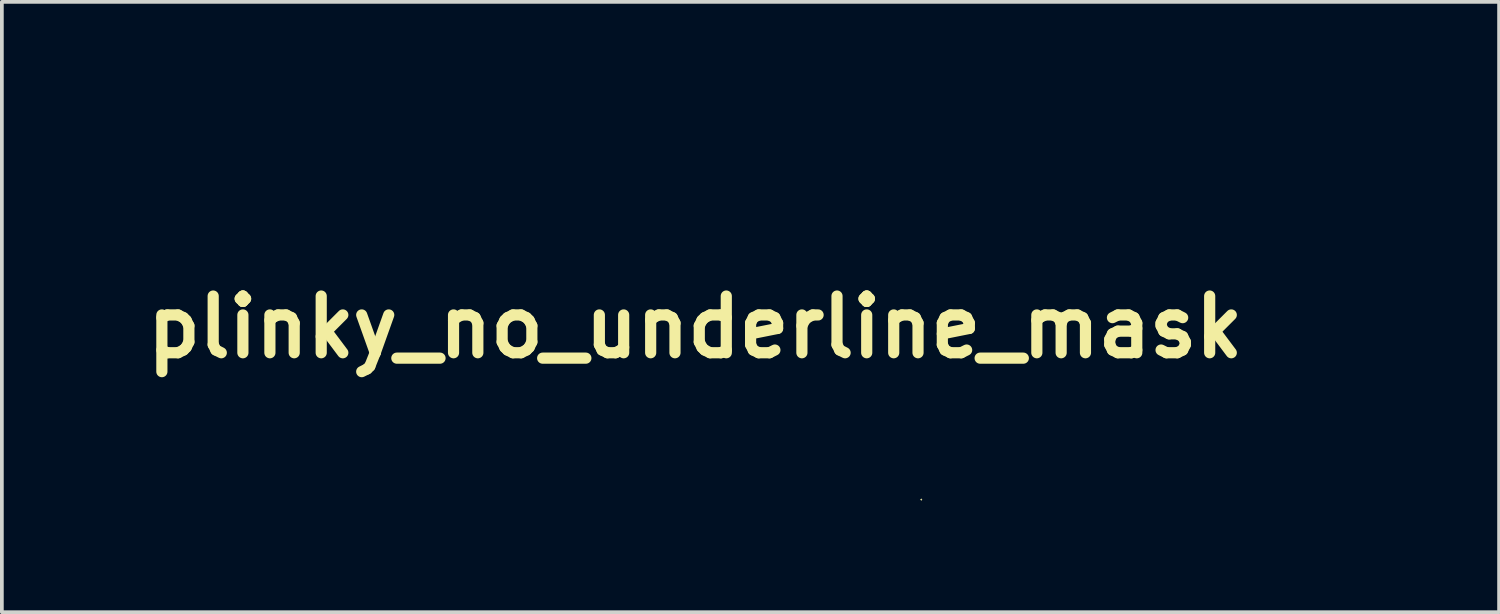
<source format=kicad_pcb>
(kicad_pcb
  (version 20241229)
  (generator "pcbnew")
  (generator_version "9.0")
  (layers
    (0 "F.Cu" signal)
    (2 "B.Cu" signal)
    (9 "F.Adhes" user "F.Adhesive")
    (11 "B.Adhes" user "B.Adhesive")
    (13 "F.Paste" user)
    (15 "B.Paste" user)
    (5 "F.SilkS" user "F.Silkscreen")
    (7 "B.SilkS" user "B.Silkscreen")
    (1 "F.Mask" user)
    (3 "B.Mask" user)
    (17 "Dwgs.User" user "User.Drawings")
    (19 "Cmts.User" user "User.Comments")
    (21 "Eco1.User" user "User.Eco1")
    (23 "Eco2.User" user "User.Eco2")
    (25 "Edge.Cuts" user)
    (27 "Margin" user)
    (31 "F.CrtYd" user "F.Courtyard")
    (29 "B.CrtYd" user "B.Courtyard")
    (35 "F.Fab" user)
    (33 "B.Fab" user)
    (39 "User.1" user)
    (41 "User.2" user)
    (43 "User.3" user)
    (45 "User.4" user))
  (footprint "plinky_no_underline_mask"
    (layer "F.Cu")
    (at 15.633 5.74)
    (property "Reference" "plinky_no_underline_mask" (at 0 0 0) (layer "F.SilkS") (effects (font (size 1.524 1.524) (thickness 0.3))))
    (attr through_hole)
    (fp_poly (pts (xy -2.068 -2.427) (xy -1.885 -2.395) (xy -1.717 -2.348) (xy -1.585 -2.29) (xy -1.511 -2.227) (xy -1.507 -2.217) (xy -1.509 -2.115) (xy -1.577 -2.002) (xy -1.661 -1.928) (xy -1.784 -1.882) (xy -1.953 -1.869) (xy -2.136 -1.891) (xy -2.223 -1.915) (xy -2.4 -1.983) (xy -2.507 -2.042) (xy -2.557 -2.1) (xy -2.559 -2.104) (xy -2.556 -2.193) (xy -2.509 -2.3) (xy -2.437 -2.39) (xy -2.383 -2.422) (xy -2.241 -2.438) (xy -2.068 -2.427)) (stroke (width 0.01) (type solid)) (fill yes) (layer "F.Mask"))
    (fp_poly (pts (xy -5.477 -5.319) (xy -5.343 -5.283) (xy -5.23 -5.234) (xy -5.165 -5.182) (xy -5.159 -5.167) (xy -5.153 -5.122) (xy -5.14 -5.069) (xy -5.113 -4.98) (xy -5.082 -4.88) (xy -5.05 -4.759) (xy -5.052 -4.684) (xy -5.081 -4.635) (xy -5.206 -4.536) (xy -5.347 -4.516) (xy -5.355 -4.518) (xy -5.506 -4.55) (xy -5.6 -4.589) (xy -5.664 -4.653) (xy -5.72 -4.751) (xy -5.808 -4.94) (xy -5.849 -5.077) (xy -5.846 -5.179) (xy -5.814 -5.246) (xy -5.72 -5.317) (xy -5.605 -5.334) (xy -5.477 -5.319)) (stroke (width 0.01) (type solid)) (fill yes) (layer "F.Mask"))
    (fp_poly (pts (xy -2.746 -0.863) (xy -2.553 -0.796) (xy -2.371 -0.701) (xy -2.221 -0.588) (xy -2.124 -0.471) (xy -2.104 -0.422) (xy -2.116 -0.315) (xy -2.193 -0.214) (xy -2.319 -0.136) (xy -2.437 -0.102) (xy -2.533 -0.093) (xy -2.61 -0.107) (xy -2.694 -0.156) (xy -2.809 -0.248) (xy -2.836 -0.271) (xy -2.952 -0.367) (xy -3.043 -0.437) (xy -3.09 -0.466) (xy -3.092 -0.466) (xy -3.127 -0.5) (xy -3.166 -0.569) (xy -3.178 -0.683) (xy -3.125 -0.791) (xy -3.027 -0.867) (xy -2.929 -0.888) (xy -2.746 -0.863)) (stroke (width 0.01) (type solid)) (fill yes) (layer "F.Mask"))
    (fp_poly (pts (xy -1.725 -4.687) (xy -1.62 -4.638) (xy -1.569 -4.551) (xy -1.566 -4.523) (xy -1.598 -4.446) (xy -1.682 -4.335) (xy -1.803 -4.206) (xy -1.944 -4.073) (xy -2.088 -3.953) (xy -2.22 -3.86) (xy -2.322 -3.811) (xy -2.455 -3.778) (xy -2.536 -3.772) (xy -2.593 -3.791) (xy -2.608 -3.8) (xy -2.691 -3.891) (xy -2.725 -4.002) (xy -2.701 -4.099) (xy -2.624 -4.185) (xy -2.499 -4.302) (xy -2.347 -4.434) (xy -2.186 -4.562) (xy -2.155 -4.586) (xy -2.011 -4.663) (xy -1.861 -4.696) (xy -1.725 -4.687)) (stroke (width 0.01) (type solid)) (fill yes) (layer "F.Mask"))
    (fp_poly (pts (xy -6.641 -4.239) (xy -6.56 -4.206) (xy -6.51 -4.174) (xy -6.411 -4.082) (xy -6.308 -3.945) (xy -6.217 -3.792) (xy -6.157 -3.651) (xy -6.141 -3.576) (xy -6.172 -3.436) (xy -6.269 -3.343) (xy -6.427 -3.303) (xy -6.462 -3.302) (xy -6.6 -3.313) (xy -6.7 -3.36) (xy -6.788 -3.442) (xy -6.888 -3.549) (xy -6.973 -3.647) (xy -6.991 -3.67) (xy -7.068 -3.752) (xy -7.123 -3.795) (xy -7.188 -3.875) (xy -7.215 -3.991) (xy -7.197 -4.1) (xy -7.185 -4.119) (xy -7.114 -4.165) (xy -6.986 -4.206) (xy -6.887 -4.226) (xy -6.739 -4.244) (xy -6.641 -4.239)) (stroke (width 0.01) (type solid)) (fill yes) (layer "F.Mask"))
    (fp_poly (pts (xy -5.845 -1.194) (xy -5.726 -1.124) (xy -5.699 -1.09) (xy -5.679 -1.032) (xy -5.694 -0.964) (xy -5.751 -0.875) (xy -5.858 -0.756) (xy -6.021 -0.594) (xy -6.065 -0.553) (xy -6.205 -0.424) (xy -6.307 -0.342) (xy -6.394 -0.296) (xy -6.485 -0.273) (xy -6.573 -0.264) (xy -6.716 -0.259) (xy -6.805 -0.277) (xy -6.868 -0.326) (xy -6.869 -0.327) (xy -6.929 -0.42) (xy -6.929 -0.513) (xy -6.866 -0.621) (xy -6.736 -0.758) (xy -6.576 -0.907) (xy -6.457 -1.01) (xy -6.361 -1.08) (xy -6.27 -1.13) (xy -6.177 -1.171) (xy -6.003 -1.211) (xy -5.845 -1.194)) (stroke (width 0.01) (type solid)) (fill yes) (layer "F.Mask"))
    (fp_poly (pts (xy -3.586 -5.718) (xy -3.51 -5.677) (xy -3.478 -5.609) (xy -3.471 -5.505) (xy -3.495 -5.378) (xy -3.555 -5.224) (xy -3.639 -5.068) (xy -3.732 -4.935) (xy -3.82 -4.849) (xy -3.845 -4.837) (xy -3.938 -4.782) (xy -3.972 -4.754) (xy -4.074 -4.705) (xy -4.198 -4.712) (xy -4.293 -4.765) (xy -4.333 -4.817) (xy -4.334 -4.877) (xy -4.298 -4.978) (xy -4.294 -4.987) (xy -4.235 -5.113) (xy -4.175 -5.217) (xy -4.167 -5.228) (xy -4.106 -5.315) (xy -4.026 -5.436) (xy -3.991 -5.49) (xy -3.873 -5.646) (xy -3.762 -5.725) (xy -3.645 -5.735) (xy -3.586 -5.718)) (stroke (width 0.01) (type solid)) (fill yes) (layer "F.Mask"))
    (fp_poly (pts (xy -6.602 -2.264) (xy -6.49 -2.211) (xy -6.411 -2.143) (xy -6.392 -2.095) (xy -6.423 -2.037) (xy -6.498 -1.953) (xy -6.592 -1.867) (xy -6.681 -1.801) (xy -6.735 -1.778) (xy -6.79 -1.754) (xy -6.887 -1.692) (xy -6.972 -1.63) (xy -7.103 -1.54) (xy -7.215 -1.496) (xy -7.351 -1.482) (xy -7.392 -1.482) (xy -7.525 -1.485) (xy -7.597 -1.503) (xy -7.632 -1.546) (xy -7.646 -1.591) (xy -7.642 -1.718) (xy -7.589 -1.813) (xy -7.505 -1.893) (xy -7.366 -1.989) (xy -7.198 -2.089) (xy -7.023 -2.179) (xy -6.863 -2.248) (xy -6.743 -2.283) (xy -6.719 -2.285) (xy -6.602 -2.264)) (stroke (width 0.01) (type solid)) (fill yes) (layer "F.Mask"))
    (fp_poly (pts (xy -4.8 0.204) (xy -4.677 0.263) (xy -4.593 0.357) (xy -4.572 0.443) (xy -4.559 0.533) (xy -4.527 0.664) (xy -4.504 0.741) (xy -4.461 0.91) (xy -4.432 1.084) (xy -4.426 1.143) (xy -4.417 1.275) (xy -4.402 1.458) (xy -4.384 1.657) (xy -4.378 1.714) (xy -4.354 2.033) (xy -4.345 2.335) (xy -4.35 2.605) (xy -4.368 2.828) (xy -4.4 2.989) (xy -4.42 3.042) (xy -4.468 3.13) (xy -4.497 3.174) (xy -4.499 3.175) (xy -4.541 3.187) (xy -4.638 3.215) (xy -4.699 3.233) (xy -4.864 3.266) (xy -4.984 3.256) (xy -4.985 3.256) (xy -5.059 3.216) (xy -5.082 3.187) (xy -5.083 3.137) (xy -5.085 3.014) (xy -5.088 2.831) (xy -5.091 2.6) (xy -5.095 2.332) (xy -5.097 2.138) (xy -5.103 1.824) (xy -5.11 1.512) (xy -5.119 1.221) (xy -5.129 0.969) (xy -5.139 0.775) (xy -5.143 0.714) (xy -5.176 0.306) (xy -5.065 0.233) (xy -4.938 0.19) (xy -4.8 0.204)) (stroke (width 0.01) (type solid)) (fill yes) (layer "F.Mask"))
    (fp_poly (pts (xy -4.212 -3.458) (xy -4.001 -3.389) (xy -3.786 -3.258) (xy -3.59 -3.085) (xy -3.435 -2.889) (xy -3.358 -2.733) (xy -3.334 -2.616) (xy -3.319 -2.451) (xy -3.317 -2.278) (xy -3.356 -1.953) (xy -3.456 -1.688) (xy -3.616 -1.481) (xy -3.692 -1.418) (xy -3.931 -1.251) (xy -4.129 -1.136) (xy -4.302 -1.067) (xy -4.47 -1.039) (xy -4.652 -1.043) (xy -4.763 -1.058) (xy -4.948 -1.105) (xy -5.132 -1.183) (xy -5.295 -1.28) (xy -5.416 -1.384) (xy -5.476 -1.482) (xy -5.477 -1.487) (xy -5.528 -1.883) (xy -5.521 -2.234) (xy -4.898 -2.234) (xy -4.86 -2.125) (xy -4.834 -2.086) (xy -4.766 -1.963) (xy -4.71 -1.82) (xy -4.706 -1.805) (xy -4.639 -1.636) (xy -4.554 -1.535) (xy -4.458 -1.509) (xy -4.444 -1.512) (xy -4.371 -1.554) (xy -4.271 -1.639) (xy -4.195 -1.715) (xy -4.055 -1.924) (xy -3.987 -2.156) (xy -3.988 -2.394) (xy -4.058 -2.622) (xy -4.193 -2.822) (xy -4.341 -2.947) (xy -4.415 -2.987) (xy -4.477 -2.981) (xy -4.564 -2.926) (xy -4.568 -2.924) (xy -4.662 -2.838) (xy -4.721 -2.749) (xy -4.723 -2.742) (xy -4.771 -2.643) (xy -4.807 -2.596) (xy -4.848 -2.521) (xy -4.883 -2.403) (xy -4.889 -2.372) (xy -4.898 -2.234) (xy -5.521 -2.234) (xy -5.521 -2.255) (xy -5.459 -2.593) (xy -5.346 -2.89) (xy -5.183 -3.135) (xy -4.975 -3.321) (xy -4.818 -3.405) (xy -4.637 -3.453) (xy -4.418 -3.472) (xy -4.212 -3.458)) (stroke (width 0.01) (type solid)) (fill yes) (layer "F.Mask"))
    (fp_poly (pts (xy -9.112 -2.777) (xy -9.044 -2.735) (xy -9.022 -2.714) (xy -8.953 -2.602) (xy -8.953 -2.529) (xy -8.972 -2.388) (xy -8.981 -2.179) (xy -8.982 -1.919) (xy -8.974 -1.622) (xy -8.957 -1.305) (xy -8.953 -1.249) (xy -8.938 -1.03) (xy -8.927 -0.831) (xy -8.919 -0.673) (xy -8.917 -0.576) (xy -8.917 -0.572) (xy -8.927 -0.247) (xy -8.939 0.073) (xy -8.952 0.377) (xy -8.965 0.654) (xy -8.978 0.893) (xy -8.99 1.083) (xy -9.001 1.212) (xy -9.01 1.268) (xy -9.011 1.27) (xy -9.025 1.319) (xy -9.037 1.432) (xy -9.045 1.585) (xy -9.047 1.63) (xy -9.052 1.813) (xy -9.058 2.049) (xy -9.064 2.302) (xy -9.07 2.498) (xy -9.072 2.721) (xy -9.066 2.933) (xy -9.055 3.108) (xy -9.039 3.217) (xy -9.002 3.336) (xy -8.945 3.485) (xy -8.876 3.646) (xy -8.805 3.799) (xy -8.739 3.925) (xy -8.689 4.004) (xy -8.668 4.021) (xy -8.637 3.985) (xy -8.583 3.89) (xy -8.515 3.752) (xy -8.488 3.694) (xy -8.415 3.535) (xy -8.35 3.401) (xy -8.306 3.315) (xy -8.298 3.302) (xy -8.252 3.222) (xy -8.193 3.111) (xy -8.187 3.099) (xy -8.077 2.943) (xy -7.933 2.859) (xy -7.764 2.836) (xy -7.606 2.864) (xy -7.513 2.944) (xy -7.489 3.07) (xy -7.506 3.154) (xy -7.572 3.333) (xy -7.666 3.541) (xy -7.777 3.76) (xy -7.896 3.971) (xy -8.012 4.155) (xy -8.114 4.293) (xy -8.177 4.357) (xy -8.342 4.458) (xy -8.547 4.543) (xy -8.766 4.606) (xy -8.978 4.64) (xy -9.157 4.641) (xy -9.25 4.618) (xy -9.346 4.556) (xy -9.403 4.503) (xy -9.452 4.434) (xy -9.521 4.322) (xy -9.6 4.186) (xy -9.678 4.045) (xy -9.745 3.916) (xy -9.791 3.818) (xy -9.807 3.77) (xy -9.805 3.768) (xy -9.8 3.734) (xy -9.82 3.666) (xy -9.862 3.503) (xy -9.895 3.275) (xy -9.916 2.999) (xy -9.926 2.695) (xy -9.922 2.38) (xy -9.916 2.265) (xy -9.864 2.265) (xy -9.83 2.321) (xy -9.8 2.328) (xy -9.744 2.294) (xy -9.737 2.265) (xy -9.771 2.209) (xy -9.8 2.201) (xy -9.856 2.235) (xy -9.864 2.265) (xy -9.916 2.265) (xy -9.909 2.129) (xy -9.882 1.733) (xy -9.858 1.31) (xy -9.838 0.883) (xy -9.823 0.471) (xy -9.813 0.096) (xy -9.81 -0.221) (xy -9.81 -0.296) (xy -9.812 -0.54) (xy -9.814 -0.823) (xy -9.816 -1.101) (xy -9.817 -1.228) (xy -9.815 -1.457) (xy -9.806 -1.687) (xy -9.791 -1.887) (xy -9.78 -1.99) (xy -9.757 -2.166) (xy -9.742 -2.338) (xy -9.738 -2.438) (xy -9.715 -2.589) (xy -9.642 -2.691) (xy -9.507 -2.753) (xy -9.344 -2.781) (xy -9.201 -2.79) (xy -9.112 -2.777)) (stroke (width 0.01) (type solid)) (fill yes) (layer "F.Mask"))
    (fp_poly (pts (xy 2.829 -1.413) (xy 3.15 -1.297) (xy 3.364 -1.162) (xy 3.422 -1.114) (xy 3.476 -1.057) (xy 3.53 -0.98) (xy 3.592 -0.872) (xy 3.669 -0.721) (xy 3.766 -0.516) (xy 3.891 -0.246) (xy 3.897 -0.233) (xy 3.933 -0.123) (xy 3.972 0.047) (xy 4.009 0.253) (xy 4.036 0.445) (xy 4.067 0.678) (xy 4.104 0.914) (xy 4.141 1.122) (xy 4.166 1.242) (xy 4.203 1.42) (xy 4.211 1.531) (xy 4.19 1.589) (xy 4.138 1.608) (xy 4.125 1.609) (xy 4.07 1.635) (xy 4.064 1.656) (xy 4.097 1.686) (xy 4.143 1.683) (xy 4.196 1.685) (xy 4.234 1.738) (xy 4.271 1.857) (xy 4.271 1.858) (xy 4.3 2.006) (xy 4.325 2.194) (xy 4.339 2.349) (xy 4.352 2.524) (xy 4.369 2.747) (xy 4.39 2.982) (xy 4.401 3.104) (xy 4.418 3.314) (xy 4.425 3.458) (xy 4.419 3.555) (xy 4.4 3.622) (xy 4.378 3.662) (xy 4.234 3.81) (xy 4.033 3.899) (xy 3.903 3.923) (xy 3.782 3.931) (xy 3.693 3.917) (xy 3.63 3.87) (xy 3.588 3.779) (xy 3.562 3.633) (xy 3.546 3.422) (xy 3.537 3.193) (xy 3.526 2.915) (xy 3.513 2.637) (xy 3.498 2.377) (xy 3.483 2.15) (xy 3.469 1.974) (xy 3.456 1.864) (xy 3.454 1.857) (xy 3.434 1.771) (xy 3.393 1.614) (xy 3.333 1.396) (xy 3.303 1.291) (xy 3.279 1.178) (xy 3.254 1.021) (xy 3.241 0.91) (xy 3.205 0.638) (xy 3.153 0.401) (xy 3.076 0.166) (xy 2.964 -0.098) (xy 2.915 -0.203) (xy 2.803 -0.434) (xy 2.751 -0.529) (xy 3.429 -0.529) (xy 3.45 -0.508) (xy 3.471 -0.529) (xy 3.45 -0.55) (xy 3.429 -0.529) (xy 2.751 -0.529) (xy 2.713 -0.598) (xy 2.636 -0.707) (xy 2.561 -0.772) (xy 2.477 -0.805) (xy 2.375 -0.817) (xy 2.365 -0.817) (xy 2.232 -0.809) (xy 2.109 -0.766) (xy 1.968 -0.68) (xy 1.778 -0.528) (xy 1.595 -0.342) (xy 1.438 -0.144) (xy 1.326 0.044) (xy 1.29 0.133) (xy 1.254 0.228) (xy 1.227 0.275) (xy 1.197 0.341) (xy 1.153 0.468) (xy 1.103 0.633) (xy 1.052 0.815) (xy 1.007 0.992) (xy 0.975 1.142) (xy 0.972 1.158) (xy 0.932 1.312) (xy 0.877 1.446) (xy 0.818 1.539) (xy 0.772 1.568) (xy 0.718 1.592) (xy 0.656 1.633) (xy 0.63 1.655) (xy 0.609 1.681) (xy 0.592 1.722) (xy 0.58 1.788) (xy 0.571 1.887) (xy 0.565 2.031) (xy 0.56 2.229) (xy 0.555 2.49) (xy 0.551 2.824) (xy 0.55 2.879) (xy 0.544 3.18) (xy 0.534 3.41) (xy 0.517 3.581) (xy 0.493 3.706) (xy 0.457 3.798) (xy 0.41 3.868) (xy 0.394 3.887) (xy 0.279 3.976) (xy 0.128 4.05) (xy -0.03 4.098) (xy -0.164 4.109) (xy -0.206 4.1) (xy -0.279 4.033) (xy -0.295 3.911) (xy -0.256 3.751) (xy -0.237 3.652) (xy -0.26 3.616) (xy -0.275 3.57) (xy -0.284 3.452) (xy -0.289 3.258) (xy -0.289 2.987) (xy -0.283 2.634) (xy -0.28 2.482) (xy -0.268 1.991) (xy -0.256 1.53) (xy -0.244 1.107) (xy -0.231 0.73) (xy -0.219 0.406) (xy -0.208 0.142) (xy -0.197 -0.053) (xy -0.187 -0.174) (xy -0.185 -0.191) (xy -0.167 -0.32) (xy -0.147 -0.469) (xy -0.144 -0.487) (xy -0.105 -0.722) (xy -0.05 -0.888) (xy 0.032 -0.998) (xy 0.152 -1.067) (xy 0.323 -1.109) (xy 0.352 -1.114) (xy 0.538 -1.113) (xy 0.676 -1.049) (xy 0.756 -0.929) (xy 0.782 -0.841) (xy 0.785 -0.797) (xy 0.771 -0.75) (xy 0.75 -0.653) (xy 0.747 -0.635) (xy 0.72 -0.487) (xy 1.025 -0.776) (xy 1.289 -1.015) (xy 1.521 -1.192) (xy 1.737 -1.316) (xy 1.955 -1.396) (xy 2.192 -1.438) (xy 2.464 -1.451) (xy 2.477 -1.451) (xy 2.829 -1.413)) (stroke (width 0.01) (type solid)) (fill yes) (layer "F.Mask"))
    (fp_poly (pts (xy 14.415 -4.444) (xy 14.513 -4.369) (xy 14.777 -4.092) (xy 15.043 -3.808) (xy 15.303 -3.53) (xy 15.545 -3.267) (xy 15.76 -3.032) (xy 15.936 -2.835) (xy 16.064 -2.688) (xy 16.26 -2.461) (xy 16.41 -2.3) (xy 16.517 -2.2) (xy 16.583 -2.16) (xy 16.592 -2.159) (xy 16.633 -2.193) (xy 16.651 -2.233) (xy 16.698 -2.338) (xy 16.774 -2.478) (xy 16.859 -2.62) (xy 16.934 -2.728) (xy 16.951 -2.748) (xy 17.004 -2.819) (xy 17.018 -2.856) (xy 17.043 -2.906) (xy 17.106 -2.997) (xy 17.16 -3.065) (xy 17.26 -3.199) (xy 17.349 -3.336) (xy 17.377 -3.387) (xy 17.432 -3.487) (xy 17.474 -3.55) (xy 17.48 -3.556) (xy 17.517 -3.6) (xy 17.584 -3.693) (xy 17.664 -3.81) (xy 17.799 -4.007) (xy 17.902 -4.142) (xy 17.985 -4.227) (xy 18.06 -4.273) (xy 18.139 -4.29) (xy 18.201 -4.291) (xy 18.38 -4.259) (xy 18.513 -4.183) (xy 18.589 -4.073) (xy 18.596 -3.944) (xy 18.58 -3.895) (xy 18.55 -3.815) (xy 18.509 -3.696) (xy 18.499 -3.665) (xy 18.446 -3.536) (xy 18.382 -3.431) (xy 18.37 -3.417) (xy 18.313 -3.338) (xy 18.235 -3.211) (xy 18.154 -3.063) (xy 18.154 -3.062) (xy 18.073 -2.913) (xy 17.996 -2.787) (xy 17.94 -2.709) (xy 17.939 -2.708) (xy 17.882 -2.624) (xy 17.865 -2.565) (xy 17.842 -2.495) (xy 17.827 -2.479) (xy 17.795 -2.434) (xy 17.734 -2.328) (xy 17.655 -2.178) (xy 17.566 -2.001) (xy 17.476 -1.817) (xy 17.397 -1.657) (xy 17.338 -1.539) (xy 17.308 -1.482) (xy 17.243 -1.358) (xy 17.16 -1.195) (xy 17.068 -1.007) (xy 16.973 -0.81) (xy 16.884 -0.62) (xy 16.808 -0.453) (xy 16.752 -0.326) (xy 16.724 -0.253) (xy 16.722 -0.244) (xy 16.707 -0.185) (xy 16.666 -0.065) (xy 16.606 0.101) (xy 16.533 0.297) (xy 16.453 0.505) (xy 16.373 0.71) (xy 16.298 0.895) (xy 16.234 1.043) (xy 16.218 1.079) (xy 16.122 1.291) (xy 16.05 1.452) (xy 15.993 1.586) (xy 15.939 1.72) (xy 15.916 1.778) (xy 15.861 1.909) (xy 15.781 2.09) (xy 15.688 2.297) (xy 15.591 2.508) (xy 15.501 2.698) (xy 15.43 2.844) (xy 15.406 2.889) (xy 15.373 2.98) (xy 15.367 3.021) (xy 15.342 3.093) (xy 15.283 3.185) (xy 15.282 3.187) (xy 15.222 3.283) (xy 15.198 3.364) (xy 15.18 3.438) (xy 15.134 3.558) (xy 15.082 3.671) (xy 14.951 3.869) (xy 14.785 3.995) (xy 14.577 4.052) (xy 14.321 4.042) (xy 14.266 4.033) (xy 14.124 3.977) (xy 14.051 3.874) (xy 14.049 3.723) (xy 14.086 3.598) (xy 14.112 3.53) (xy 14.118 3.514) (xy 14.228 3.238) (xy 14.348 3.015) (xy 14.354 3.006) (xy 14.416 2.885) (xy 14.451 2.787) (xy 14.477 2.713) (xy 14.531 2.581) (xy 14.606 2.41) (xy 14.692 2.218) (xy 14.781 2.025) (xy 14.864 1.848) (xy 14.935 1.706) (xy 14.943 1.69) (xy 14.974 1.62) (xy 15.032 1.483) (xy 15.112 1.289) (xy 15.208 1.05) (xy 15.317 0.778) (xy 15.435 0.482) (xy 15.458 0.423) (xy 15.522 0.262) (xy 15.578 0.123) (xy 15.615 0.031) (xy 15.619 0.021) (xy 15.647 -0.048) (xy 15.7 -0.179) (xy 15.769 -0.355) (xy 15.85 -0.559) (xy 15.876 -0.625) (xy 15.957 -0.828) (xy 16.031 -1.001) (xy 16.089 -1.131) (xy 16.127 -1.201) (xy 16.134 -1.209) (xy 16.171 -1.269) (xy 16.151 -1.331) (xy 16.097 -1.355) (xy 15.981 -1.375) (xy 15.835 -1.423) (xy 15.703 -1.483) (xy 15.647 -1.52) (xy 15.571 -1.603) (xy 15.525 -1.672) (xy 15.452 -1.787) (xy 15.345 -1.937) (xy 15.228 -2.09) (xy 15.122 -2.217) (xy 15.102 -2.239) (xy 15.008 -2.348) (xy 14.914 -2.466) (xy 14.914 -2.467) (xy 14.85 -2.544) (xy 14.741 -2.665) (xy 14.6 -2.816) (xy 14.442 -2.982) (xy 14.403 -3.022) (xy 14.141 -3.296) (xy 13.914 -3.543) (xy 13.73 -3.756) (xy 13.592 -3.928) (xy 13.508 -4.053) (xy 13.485 -4.101) (xy 13.485 -4.225) (xy 13.56 -4.334) (xy 13.58 -4.346) (xy 14.323 -4.346) (xy 14.329 -4.321) (xy 14.351 -4.318) (xy 14.386 -4.333) (xy 14.379 -4.346) (xy 14.329 -4.351) (xy 14.323 -4.346) (xy 13.58 -4.346) (xy 13.699 -4.417) (xy 13.766 -4.438) (xy 14.038 -4.493) (xy 14.251 -4.495) (xy 14.415 -4.444)) (stroke (width 0.01) (type solid)) (fill yes) (layer "F.Mask"))
    (fp_poly (pts (xy 7.612 -4.377) (xy 7.702 -4.331) (xy 7.766 -4.23) (xy 7.816 -4.062) (xy 7.83 -4) (xy 7.851 -3.891) (xy 7.868 -3.781) (xy 7.883 -3.658) (xy 7.895 -3.514) (xy 7.905 -3.337) (xy 7.914 -3.118) (xy 7.922 -2.847) (xy 7.93 -2.513) (xy 7.939 -2.106) (xy 7.94 -2.032) (xy 7.95 -1.607) (xy 7.961 -1.264) (xy 7.973 -1.001) (xy 7.986 -0.816) (xy 8 -0.706) (xy 8.014 -0.669) (xy 8.079 -0.669) (xy 8.176 -0.708) (xy 8.19 -0.717) (xy 8.319 -0.782) (xy 8.467 -0.84) (xy 8.488 -0.847) (xy 8.605 -0.889) (xy 8.69 -0.928) (xy 8.703 -0.936) (xy 8.77 -0.972) (xy 8.881 -1.019) (xy 8.92 -1.033) (xy 9.026 -1.076) (xy 9.185 -1.147) (xy 9.375 -1.236) (xy 9.552 -1.322) (xy 9.743 -1.418) (xy 9.917 -1.51) (xy 10.092 -1.606) (xy 10.286 -1.718) (xy 10.516 -1.856) (xy 10.788 -2.021) (xy 10.958 -2.094) (xy 11.127 -2.115) (xy 11.271 -2.085) (xy 11.347 -2.03) (xy 11.391 -1.969) (xy 11.399 -1.908) (xy 11.371 -1.814) (xy 11.355 -1.773) (xy 11.269 -1.629) (xy 11.123 -1.463) (xy 11.028 -1.374) (xy 10.948 -1.306) (xy 10.872 -1.244) (xy 10.79 -1.186) (xy 10.693 -1.125) (xy 10.574 -1.058) (xy 10.423 -0.98) (xy 10.232 -0.885) (xy 9.991 -0.77) (xy 9.692 -0.63) (xy 9.327 -0.459) (xy 9.259 -0.428) (xy 9.097 -0.347) (xy 8.965 -0.272) (xy 8.882 -0.214) (xy 8.863 -0.192) (xy 8.877 -0.131) (xy 8.932 -0.018) (xy 9.022 0.133) (xy 9.135 0.308) (xy 9.263 0.492) (xy 9.396 0.67) (xy 9.524 0.829) (xy 9.557 0.866) (xy 9.635 0.962) (xy 9.737 1.103) (xy 9.846 1.26) (xy 9.866 1.29) (xy 9.993 1.482) (xy 10.135 1.697) (xy 10.259 1.884) (xy 10.381 2.062) (xy 10.514 2.25) (xy 10.631 2.408) (xy 10.635 2.413) (xy 10.738 2.55) (xy 10.826 2.678) (xy 10.876 2.762) (xy 10.928 2.844) (xy 10.97 2.879) (xy 10.97 2.879) (xy 11.011 2.913) (xy 11.065 2.995) (xy 11.073 3.011) (xy 11.115 3.108) (xy 11.113 3.183) (xy 11.069 3.276) (xy 11.001 3.36) (xy 10.895 3.447) (xy 10.775 3.523) (xy 10.666 3.573) (xy 10.591 3.581) (xy 10.584 3.578) (xy 10.532 3.584) (xy 10.52 3.598) (xy 10.45 3.64) (xy 10.341 3.637) (xy 10.224 3.595) (xy 10.137 3.529) (xy 10.068 3.445) (xy 10.034 3.386) (xy 10.033 3.381) (xy 10.01 3.331) (xy 9.949 3.233) (xy 9.862 3.109) (xy 9.853 3.096) (xy 9.754 2.958) (xy 9.666 2.835) (xy 9.61 2.753) (xy 9.582 2.712) (xy 9.548 2.665) (xy 9.503 2.602) (xy 9.439 2.514) (xy 9.35 2.393) (xy 9.238 2.241) (xy 10.287 2.241) (xy 10.318 2.284) (xy 10.329 2.286) (xy 10.371 2.272) (xy 10.372 2.267) (xy 10.342 2.231) (xy 10.329 2.223) (xy 10.29 2.226) (xy 10.287 2.241) (xy 9.238 2.241) (xy 9.23 2.23) (xy 9.071 2.016) (xy 8.903 1.789) (xy 8.737 1.564) (xy 8.566 1.327) (xy 8.405 1.102) (xy 8.272 0.913) (xy 8.234 0.858) (xy 7.98 0.487) (xy 7.948 0.868) (xy 7.94 0.993) (xy 7.934 1.124) (xy 7.931 1.272) (xy 7.932 1.444) (xy 7.937 1.649) (xy 7.945 1.896) (xy 7.958 2.193) (xy 7.976 2.549) (xy 7.998 2.972) (xy 8.023 3.45) (xy 8.049 3.916) (xy 7.902 4.054) (xy 7.786 4.143) (xy 7.657 4.196) (xy 7.499 4.226) (xy 7.35 4.243) (xy 7.256 4.238) (xy 7.187 4.209) (xy 7.141 4.173) (xy 7.102 4.136) (xy 7.074 4.093) (xy 7.055 4.03) (xy 7.044 3.934) (xy 7.038 3.788) (xy 7.034 3.579) (xy 7.033 3.45) (xy 7.029 3.192) (xy 7.02 2.931) (xy 7.008 2.694) (xy 6.995 2.508) (xy 6.992 2.477) (xy 6.975 2.258) (xy 6.967 2.017) (xy 6.967 1.82) (xy 6.984 1.319) (xy 6.998 0.842) (xy 7.009 0.372) (xy 7.018 -0.108) (xy 7.024 -0.612) (xy 7.029 -1.158) (xy 7.032 -1.762) (xy 7.033 -1.968) (xy 7.239 -1.968) (xy 7.26 -1.947) (xy 7.281 -1.968) (xy 7.26 -1.99) (xy 7.239 -1.968) (xy 7.033 -1.968) (xy 7.033 -2.178) (xy 7.035 -2.657) (xy 7.036 -3.058) (xy 7.039 -3.388) (xy 7.044 -3.655) (xy 7.051 -3.865) (xy 7.061 -4.025) (xy 7.074 -4.143) (xy 7.092 -4.225) (xy 7.114 -4.279) (xy 7.142 -4.311) (xy 7.175 -4.328) (xy 7.215 -4.338) (xy 7.219 -4.338) (xy 7.287 -4.355) (xy 7.303 -4.363) (xy 7.34 -4.37) (xy 7.435 -4.38) (xy 7.484 -4.383) (xy 7.612 -4.377)) (stroke (width 0.01) (type solid)) (fill yes) (layer "F.Mask"))
    (fp_poly (pts (xy -12.268 -5.538) (xy -12.016 -5.447) (xy -11.758 -5.296) (xy -11.53 -5.124) (xy -11.411 -5.029) (xy -11.299 -4.94) (xy -11.288 -4.932) (xy -11.213 -4.862) (xy -11.178 -4.81) (xy -11.178 -4.808) (xy -11.151 -4.749) (xy -11.108 -4.694) (xy -11.059 -4.612) (xy -10.996 -4.465) (xy -10.924 -4.27) (xy -10.849 -4.043) (xy -10.778 -3.802) (xy -10.731 -3.623) (xy -10.683 -3.34) (xy -10.687 -3.05) (xy -10.742 -2.728) (xy -10.768 -2.622) (xy -10.82 -2.436) (xy -10.86 -2.32) (xy -10.893 -2.26) (xy -10.925 -2.244) (xy -10.945 -2.213) (xy -10.938 -2.183) (xy -10.94 -2.107) (xy -10.973 -1.972) (xy -11.031 -1.795) (xy -11.108 -1.593) (xy -11.198 -1.383) (xy -11.294 -1.182) (xy -11.315 -1.143) (xy -11.441 -0.919) (xy -11.577 -0.719) (xy -11.743 -0.514) (xy -11.903 -0.335) (xy -12.003 -0.242) (xy -12.134 -0.136) (xy -12.277 -0.032) (xy -12.412 0.055) (xy -12.517 0.113) (xy -12.565 0.127) (xy -12.624 0.138) (xy -12.743 0.168) (xy -12.904 0.211) (xy -13.005 0.24) (xy -13.188 0.291) (xy -13.327 0.321) (xy -13.45 0.333) (xy -13.589 0.329) (xy -13.773 0.311) (xy -13.832 0.305) (xy -14.126 0.262) (xy -14.343 0.206) (xy -14.492 0.132) (xy -14.555 0.064) (xy -12.7 0.064) (xy -12.679 0.085) (xy -12.658 0.064) (xy -12.679 0.042) (xy -12.7 0.064) (xy -14.555 0.064) (xy -14.58 0.037) (xy -14.609 -0.064) (xy -12.446 -0.064) (xy -12.425 -0.042) (xy -12.404 -0.064) (xy -12.425 -0.085) (xy -12.446 -0.064) (xy -14.609 -0.064) (xy -14.615 -0.084) (xy -14.616 -0.092) (xy -14.648 -0.196) (xy -14.714 -0.251) (xy -14.732 -0.253) (xy -14.74 -0.214) (xy -14.747 -0.105) (xy -14.752 0.058) (xy -14.755 0.26) (xy -14.755 0.328) (xy -14.76 0.699) (xy -14.772 1.122) (xy -14.789 1.565) (xy -14.81 1.997) (xy -14.816 2.095) (xy -14.818 2.165) (xy -14.819 2.303) (xy -14.82 2.493) (xy -14.82 2.721) (xy -14.821 2.902) (xy -14.822 3.248) (xy -14.826 3.521) (xy -14.835 3.735) (xy -14.849 3.903) (xy -14.87 4.036) (xy -14.897 4.148) (xy -14.917 4.209) (xy -14.992 4.355) (xy -15.088 4.452) (xy -15.19 4.491) (xy -15.283 4.465) (xy -15.313 4.434) (xy -15.344 4.351) (xy -15.373 4.19) (xy -15.4 3.955) (xy -15.424 3.654) (xy -15.445 3.293) (xy -15.463 2.876) (xy -15.476 2.411) (xy -15.481 2.151) (xy -15.503 0.851) (xy -15.392 0.741) (xy -15.318 0.638) (xy -15.283 0.534) (xy -15.282 0.524) (xy -15.265 0.406) (xy -15.239 0.336) (xy -15.217 0.268) (xy -15.237 0.254) (xy -15.252 0.213) (xy -15.264 0.093) (xy -15.27 -0.1) (xy -15.271 -0.359) (xy -15.27 -0.466) (xy -15.269 -0.703) (xy -15.271 -0.908) (xy -15.273 -0.966) (xy -14.474 -0.966) (xy -14.444 -0.937) (xy -14.436 -0.931) (xy -14.372 -0.894) (xy -14.352 -0.905) (xy -14.351 -0.931) (xy -14.386 -0.967) (xy -14.425 -0.973) (xy -14.474 -0.966) (xy -15.273 -0.966) (xy -15.276 -1.068) (xy -15.284 -1.168) (xy -15.292 -1.196) (xy -15.312 -1.24) (xy -15.331 -1.343) (xy -15.34 -1.424) (xy -15.354 -1.556) (xy -15.371 -1.653) (xy -15.381 -1.681) (xy -15.396 -1.74) (xy -15.413 -1.859) (xy -15.429 -2.011) (xy -15.429 -2.014) (xy -15.455 -2.311) (xy -15.479 -2.541) (xy -15.503 -2.721) (xy -15.53 -2.869) (xy -15.557 -2.985) (xy -15.596 -3.134) (xy -15.618 -3.228) (xy -15.627 -3.294) (xy -15.628 -3.357) (xy -15.626 -3.417) (xy -15.598 -3.538) (xy -15.581 -3.565) (xy -15.13 -3.565) (xy -15.116 -3.473) (xy -15.098 -3.426) (xy -15.057 -3.294) (xy -15.012 -3.1) (xy -14.969 -2.866) (xy -14.931 -2.615) (xy -14.901 -2.369) (xy -14.884 -2.171) (xy -14.872 -2.016) (xy -14.857 -1.893) (xy -14.843 -1.829) (xy -14.842 -1.827) (xy -14.787 -1.793) (xy -14.686 -1.763) (xy -14.669 -1.76) (xy -14.571 -1.731) (xy -14.522 -1.697) (xy -14.52 -1.691) (xy -14.487 -1.653) (xy -14.472 -1.651) (xy -14.387 -1.612) (xy -14.306 -1.505) (xy -14.239 -1.349) (xy -14.207 -1.225) (xy -14.155 -1.023) (xy -14.077 -0.802) (xy -13.988 -0.6) (xy -13.932 -0.5) (xy -13.851 -0.385) (xy -13.772 -0.321) (xy -13.66 -0.282) (xy -13.584 -0.267) (xy -13.423 -0.245) (xy -13.269 -0.241) (xy -13.208 -0.246) (xy -13.083 -0.26) (xy -12.983 -0.264) (xy -12.979 -0.264) (xy -12.877 -0.278) (xy -12.758 -0.34) (xy -12.613 -0.455) (xy -12.432 -0.631) (xy -12.396 -0.669) (xy -12.235 -0.852) (xy -12.102 -1.037) (xy -11.979 -1.254) (xy -11.903 -1.407) (xy -11.808 -1.616) (xy -11.721 -1.83) (xy -11.654 -2.011) (xy -11.557 -2.011) (xy -11.536 -1.99) (xy -11.515 -2.011) (xy -11.536 -2.032) (xy -11.557 -2.011) (xy -11.654 -2.011) (xy -11.651 -2.019) (xy -11.62 -2.12) (xy -11.566 -2.314) (xy -11.035 -2.314) (xy -11.029 -2.289) (xy -11.007 -2.286) (xy -10.972 -2.301) (xy -10.978 -2.314) (xy -11.029 -2.319) (xy -11.035 -2.314) (xy -11.566 -2.314) (xy -11.565 -2.319) (xy -11.501 -2.538) (xy -11.463 -2.662) (xy -11.406 -2.898) (xy -11.397 -3.105) (xy -11.401 -3.149) (xy -11.426 -3.288) (xy -11.475 -3.483) (xy -11.539 -3.708) (xy -11.611 -3.94) (xy -11.684 -4.156) (xy -11.751 -4.331) (xy -11.794 -4.424) (xy -11.859 -4.506) (xy -11.974 -4.616) (xy -12.116 -4.736) (xy -12.263 -4.847) (xy -12.394 -4.931) (xy -12.452 -4.961) (xy -12.528 -5.01) (xy -12.55 -5.035) (xy -12.622 -5.076) (xy -12.753 -5.082) (xy -12.927 -5.057) (xy -13.127 -5.002) (xy -13.32 -4.928) (xy -13.418 -4.888) (xy -13.48 -4.869) (xy -13.483 -4.868) (xy -13.538 -4.852) (xy -13.634 -4.814) (xy -13.646 -4.809) (xy -13.815 -4.738) (xy -13.994 -4.67) (xy -14.162 -4.614) (xy -14.295 -4.577) (xy -14.365 -4.565) (xy -14.421 -4.545) (xy -14.422 -4.514) (xy -14.436 -4.451) (xy -14.474 -4.415) (xy -14.524 -4.358) (xy -14.597 -4.245) (xy -14.68 -4.095) (xy -14.713 -4.029) (xy -14.815 -3.84) (xy -14.901 -3.715) (xy -14.965 -3.665) (xy -15.083 -3.621) (xy -15.13 -3.565) (xy -15.581 -3.565) (xy -15.542 -3.628) (xy -15.487 -3.709) (xy -15.428 -3.841) (xy -15.39 -3.954) (xy -15.269 -4.29) (xy -15.12 -4.547) (xy -14.942 -4.727) (xy -14.92 -4.743) (xy -14.812 -4.814) (xy -14.733 -4.859) (xy -14.709 -4.868) (xy -14.661 -4.893) (xy -14.578 -4.955) (xy -14.555 -4.974) (xy -14.461 -5.043) (xy -14.387 -5.079) (xy -14.377 -5.08) (xy -14.313 -5.097) (xy -14.2 -5.143) (xy -14.094 -5.191) (xy -13.94 -5.262) (xy -13.759 -5.339) (xy -13.574 -5.413) (xy -13.409 -5.475) (xy -13.287 -5.515) (xy -13.25 -5.524) (xy -13.18 -5.533) (xy -13.051 -5.547) (xy -12.886 -5.563) (xy -12.836 -5.567) (xy -12.534 -5.575) (xy -12.268 -5.538)) (stroke (width 0.01) (type solid)) (fill yes) (layer "F.Mask"))
    (fp_poly (pts (xy 6.096 4.636) (xy 6.075 4.657) (xy 6.054 4.636) (xy 6.075 4.614) (xy 6.096 4.636)) (stroke (width 0.01) (type solid)) (fill yes) (layer "F.SilkS")))
  (gr_rect
    (start -3 -3)
    (end 37.235 13.402)
    (stroke (width 0.1) (type default))
    (fill no)
    (layer "Edge.Cuts")))
</source>
